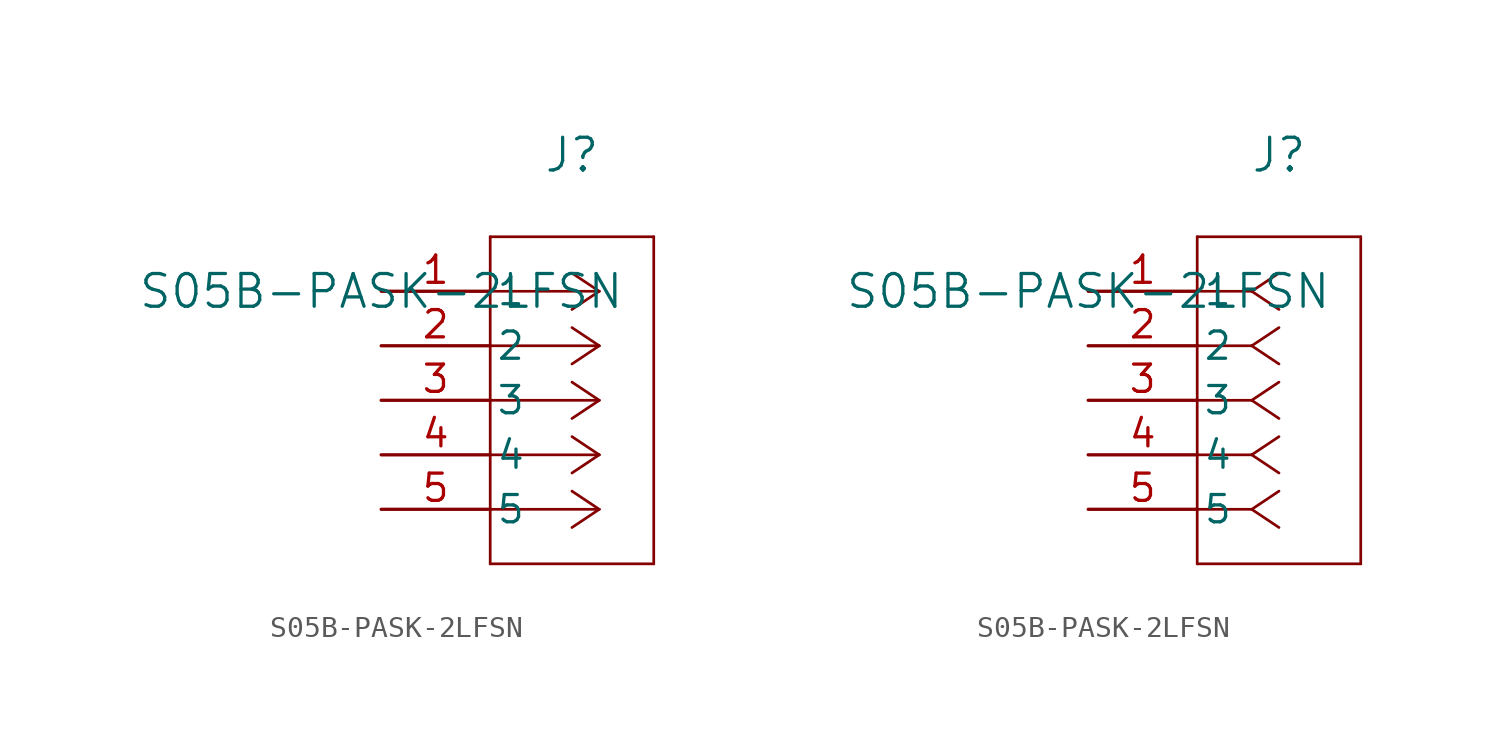
<source format=kicad_sym>
(kicad_symbol_lib
  (version 20220914)
  (generator kicad_symbol_editor)
  (symbol "S05B-PASK-2LFSN"
    (pin_names
      (offset 0.254))
    (property "Reference" "J"
      (at 8.89 6.35 0)
      (effects (font (size 1.524 1.524))))
    (property "Value" "S05B-PASK-2LFSN"
      (at 0 0 0)
      (effects (font (size 1.524 1.524))))
    (property "ki_locked" ""
      (at 0 0 0)
      (effects (font (size 1.27 1.27))))
    (symbol "S05B-PASK-2LFSN_1_1"
      (polyline (pts (xy 5.08 -12.7) (xy 12.7 -12.7)) (stroke (width 0.127) (type default)) (fill (type none)))
      (polyline (pts (xy 5.08 2.54) (xy 5.08 -12.7)) (stroke (width 0.127) (type default)) (fill (type none)))
      (polyline (pts (xy 10.16 -10.16) (xy 5.08 -10.16)) (stroke (width 0.127) (type default)) (fill (type none)))
      (polyline (pts (xy 10.16 -10.16) (xy 8.89 -11.007)) (stroke (width 0.127) (type default)) (fill (type none)))
      (polyline (pts (xy 10.16 -10.16) (xy 8.89 -9.313)) (stroke (width 0.127) (type default)) (fill (type none)))
      (polyline (pts (xy 10.16 -7.62) (xy 5.08 -7.62)) (stroke (width 0.127) (type default)) (fill (type none)))
      (polyline (pts (xy 10.16 -7.62) (xy 8.89 -8.467)) (stroke (width 0.127) (type default)) (fill (type none)))
      (polyline (pts (xy 10.16 -7.62) (xy 8.89 -6.773)) (stroke (width 0.127) (type default)) (fill (type none)))
      (polyline (pts (xy 10.16 -5.08) (xy 5.08 -5.08)) (stroke (width 0.127) (type default)) (fill (type none)))
      (polyline (pts (xy 10.16 -5.08) (xy 8.89 -5.927)) (stroke (width 0.127) (type default)) (fill (type none)))
      (polyline (pts (xy 10.16 -5.08) (xy 8.89 -4.233)) (stroke (width 0.127) (type default)) (fill (type none)))
      (polyline (pts (xy 10.16 -2.54) (xy 5.08 -2.54)) (stroke (width 0.127) (type default)) (fill (type none)))
      (polyline (pts (xy 10.16 -2.54) (xy 8.89 -3.387)) (stroke (width 0.127) (type default)) (fill (type none)))
      (polyline (pts (xy 10.16 -2.54) (xy 8.89 -1.693)) (stroke (width 0.127) (type default)) (fill (type none)))
      (polyline (pts (xy 10.16 0) (xy 5.08 0)) (stroke (width 0.127) (type default)) (fill (type none)))
      (polyline (pts (xy 10.16 0) (xy 8.89 -0.847)) (stroke (width 0.127) (type default)) (fill (type none)))
      (polyline (pts (xy 10.16 0) (xy 8.89 0.847)) (stroke (width 0.127) (type default)) (fill (type none)))
      (polyline (pts (xy 12.7 -12.7) (xy 12.7 2.54)) (stroke (width 0.127) (type default)) (fill (type none)))
      (polyline (pts (xy 12.7 2.54) (xy 5.08 2.54)) (stroke (width 0.127) (type default)) (fill (type none)))
      (pin unspecified line (at 0 0 0) (length 5.08) (name "1" (effects (font (size 1.27 1.27)))) (number "1" (effects (font (size 1.27 1.27)))))
      (pin unspecified line (at 0 -2.54 0) (length 5.08) (name "2" (effects (font (size 1.27 1.27)))) (number "2" (effects (font (size 1.27 1.27)))))
      (pin unspecified line (at 0 -5.08 0) (length 5.08) (name "3" (effects (font (size 1.27 1.27)))) (number "3" (effects (font (size 1.27 1.27)))))
      (pin unspecified line (at 0 -7.62 0) (length 5.08) (name "4" (effects (font (size 1.27 1.27)))) (number "4" (effects (font (size 1.27 1.27)))))
      (pin unspecified line (at 0 -10.16 0) (length 5.08) (name "5" (effects (font (size 1.27 1.27)))) (number "5" (effects (font (size 1.27 1.27))))))
    (symbol "S05B-PASK-2LFSN_1_2"
      (polyline (pts (xy 5.08 -12.7) (xy 12.7 -12.7)) (stroke (width 0.127) (type default)) (fill (type none)))
      (polyline (pts (xy 5.08 2.54) (xy 5.08 -12.7)) (stroke (width 0.127) (type default)) (fill (type none)))
      (polyline (pts (xy 7.62 -10.16) (xy 5.08 -10.16)) (stroke (width 0.127) (type default)) (fill (type none)))
      (polyline (pts (xy 7.62 -10.16) (xy 8.89 -11.007)) (stroke (width 0.127) (type default)) (fill (type none)))
      (polyline (pts (xy 7.62 -10.16) (xy 8.89 -9.313)) (stroke (width 0.127) (type default)) (fill (type none)))
      (polyline (pts (xy 7.62 -7.62) (xy 5.08 -7.62)) (stroke (width 0.127) (type default)) (fill (type none)))
      (polyline (pts (xy 7.62 -7.62) (xy 8.89 -8.467)) (stroke (width 0.127) (type default)) (fill (type none)))
      (polyline (pts (xy 7.62 -7.62) (xy 8.89 -6.773)) (stroke (width 0.127) (type default)) (fill (type none)))
      (polyline (pts (xy 7.62 -5.08) (xy 5.08 -5.08)) (stroke (width 0.127) (type default)) (fill (type none)))
      (polyline (pts (xy 7.62 -5.08) (xy 8.89 -5.927)) (stroke (width 0.127) (type default)) (fill (type none)))
      (polyline (pts (xy 7.62 -5.08) (xy 8.89 -4.233)) (stroke (width 0.127) (type default)) (fill (type none)))
      (polyline (pts (xy 7.62 -2.54) (xy 5.08 -2.54)) (stroke (width 0.127) (type default)) (fill (type none)))
      (polyline (pts (xy 7.62 -2.54) (xy 8.89 -3.387)) (stroke (width 0.127) (type default)) (fill (type none)))
      (polyline (pts (xy 7.62 -2.54) (xy 8.89 -1.693)) (stroke (width 0.127) (type default)) (fill (type none)))
      (polyline (pts (xy 7.62 0) (xy 5.08 0)) (stroke (width 0.127) (type default)) (fill (type none)))
      (polyline (pts (xy 7.62 0) (xy 8.89 -0.847)) (stroke (width 0.127) (type default)) (fill (type none)))
      (polyline (pts (xy 7.62 0) (xy 8.89 0.847)) (stroke (width 0.127) (type default)) (fill (type none)))
      (polyline (pts (xy 12.7 -12.7) (xy 12.7 2.54)) (stroke (width 0.127) (type default)) (fill (type none)))
      (polyline (pts (xy 12.7 2.54) (xy 5.08 2.54)) (stroke (width 0.127) (type default)) (fill (type none)))
      (pin unspecified line (at 0 0 0) (length 5.08) (name "1" (effects (font (size 1.27 1.27)))) (number "1" (effects (font (size 1.27 1.27)))))
      (pin unspecified line (at 0 -2.54 0) (length 5.08) (name "2" (effects (font (size 1.27 1.27)))) (number "2" (effects (font (size 1.27 1.27)))))
      (pin unspecified line (at 0 -5.08 0) (length 5.08) (name "3" (effects (font (size 1.27 1.27)))) (number "3" (effects (font (size 1.27 1.27)))))
      (pin unspecified line (at 0 -7.62 0) (length 5.08) (name "4" (effects (font (size 1.27 1.27)))) (number "4" (effects (font (size 1.27 1.27)))))
      (pin unspecified line (at 0 -10.16 0) (length 5.08) (name "5" (effects (font (size 1.27 1.27)))) (number "5" (effects (font (size 1.27 1.27))))))))
</source>
